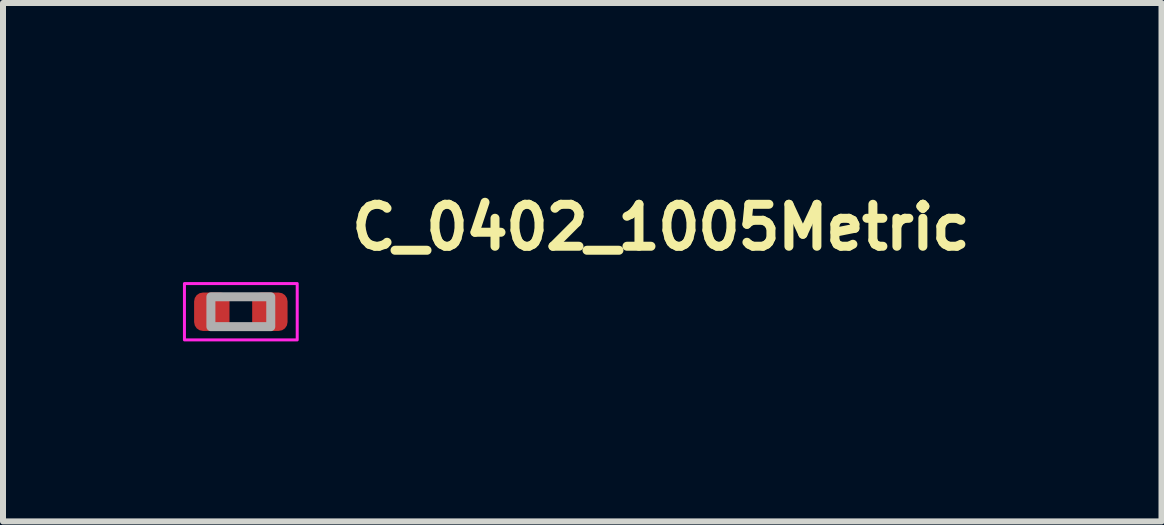
<source format=kicad_pcb>
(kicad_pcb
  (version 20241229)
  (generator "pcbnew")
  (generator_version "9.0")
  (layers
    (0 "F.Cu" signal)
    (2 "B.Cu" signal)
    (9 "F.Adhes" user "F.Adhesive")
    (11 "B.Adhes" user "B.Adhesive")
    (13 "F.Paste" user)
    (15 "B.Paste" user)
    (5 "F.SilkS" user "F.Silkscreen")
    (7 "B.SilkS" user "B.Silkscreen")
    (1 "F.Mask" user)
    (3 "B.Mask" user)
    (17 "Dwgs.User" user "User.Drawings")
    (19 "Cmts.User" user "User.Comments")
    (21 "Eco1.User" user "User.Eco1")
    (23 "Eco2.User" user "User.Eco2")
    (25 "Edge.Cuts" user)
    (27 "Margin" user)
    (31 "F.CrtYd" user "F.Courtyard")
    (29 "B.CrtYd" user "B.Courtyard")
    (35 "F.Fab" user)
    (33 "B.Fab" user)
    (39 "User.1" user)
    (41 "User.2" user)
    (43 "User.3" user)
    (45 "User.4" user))
  (footprint "C_0402_1005Metric"
    (layer "F.Cu")
    (at 0.965 2.147)
    (property "Reference" "C_0402_1005Metric" (at 1.772 -0.998 180) (layer "F.SilkS") (effects (font (size 0.7 0.7) (thickness 0.15)) (justify left bottom)))
    (attr smd)
    (fp_rect (start 0.94 0.47) (end -0.94 -0.47) (stroke (width 0.05) (type solid)) (fill no) (layer "F.CrtYd"))
    (fp_rect (start 0.499 0.249) (end -0.499 -0.249) (stroke (width 0.15) (type solid)) (fill no) (layer "F.Fab"))
    (fp_line (start -0.499 -0.244) (end -0.498 -0.244) (stroke (width 0.1) (type solid)) (layer "User.5"))
    (fp_line (start -0.499 -0.243) (end -0.499 -0.244) (stroke (width 0.1) (type solid)) (layer "User.5"))
    (fp_line (start -0.499 -0.243) (end -0.499 -0.243) (stroke (width 0.1) (type solid)) (layer "User.5"))
    (fp_line (start -0.499 -0.242) (end -0.499 -0.243) (stroke (width 0.1) (type solid)) (layer "User.5"))
    (fp_line (start -0.499 -0.242) (end -0.499 -0.242) (stroke (width 0.1) (type solid)) (layer "User.5"))
    (fp_line (start -0.499 -0.242) (end -0.499 -0.242) (stroke (width 0.1) (type solid)) (layer "User.5"))
    (fp_line (start -0.499 -0.241) (end -0.499 -0.242) (stroke (width 0.1) (type solid)) (layer "User.5"))
    (fp_line (start -0.499 -0.241) (end -0.499 -0.241) (stroke (width 0.1) (type solid)) (layer "User.5"))
    (fp_line (start -0.499 -0.24) (end -0.499 -0.241) (stroke (width 0.1) (type solid)) (layer "User.5"))
    (fp_line (start -0.499 -0.239) (end -0.499 -0.24) (stroke (width 0.1) (type solid)) (layer "User.5"))
    (fp_line (start -0.499 -0.239) (end -0.499 -0.239) (stroke (width 0.1) (type solid)) (layer "User.5"))
    (fp_line (start -0.499 -0.239) (end -0.499 -0.239) (stroke (width 0.1) (type solid)) (layer "User.5"))
    (fp_line (start -0.499 -0.239) (end -0.499 -0.239) (stroke (width 0.1) (type solid)) (layer "User.5"))
    (fp_line (start -0.499 -0.239) (end -0.499 0.24) (stroke (width 0.1) (type solid)) (layer "User.5"))
    (fp_line (start -0.499 0.24) (end -0.499 0.24) (stroke (width 0.1) (type solid)) (layer "User.5"))
    (fp_line (start -0.499 0.24) (end -0.499 0.24) (stroke (width 0.1) (type solid)) (layer "User.5"))
    (fp_line (start -0.499 0.24) (end -0.499 0.24) (stroke (width 0.1) (type solid)) (layer "User.5"))
    (fp_line (start -0.499 0.24) (end -0.499 0.24) (stroke (width 0.1) (type solid)) (layer "User.5"))
    (fp_line (start -0.499 0.24) (end -0.499 0.24) (stroke (width 0.1) (type solid)) (layer "User.5"))
    (fp_line (start -0.499 0.241) (end -0.499 0.24) (stroke (width 0.1) (type solid)) (layer "User.5"))
    (fp_line (start -0.499 0.241) (end -0.499 0.241) (stroke (width 0.1) (type solid)) (layer "User.5"))
    (fp_line (start -0.499 0.241) (end -0.499 0.241) (stroke (width 0.1) (type solid)) (layer "User.5"))
    (fp_line (start -0.499 0.242) (end -0.499 0.241) (stroke (width 0.1) (type solid)) (layer "User.5"))
    (fp_line (start -0.499 0.242) (end -0.499 0.242) (stroke (width 0.1) (type solid)) (layer "User.5"))
    (fp_line (start -0.499 0.243) (end -0.499 0.242) (stroke (width 0.1) (type solid)) (layer "User.5"))
    (fp_line (start -0.498 -0.245) (end -0.498 -0.245) (stroke (width 0.1) (type solid)) (layer "User.5"))
    (fp_line (start -0.498 -0.245) (end -0.498 -0.245) (stroke (width 0.1) (type solid)) (layer "User.5"))
    (fp_line (start -0.498 -0.245) (end -0.497 -0.246) (stroke (width 0.1) (type solid)) (layer "User.5"))
    (fp_line (start -0.498 -0.244) (end -0.498 -0.245) (stroke (width 0.1) (type solid)) (layer "User.5"))
    (fp_line (start -0.498 0.243) (end -0.499 0.243) (stroke (width 0.1) (type solid)) (layer "User.5"))
    (fp_line (start -0.498 0.244) (end -0.498 0.243) (stroke (width 0.1) (type solid)) (layer "User.5"))
    (fp_line (start -0.498 0.244) (end -0.498 0.244) (stroke (width 0.1) (type solid)) (layer "User.5"))
    (fp_line (start -0.498 0.244) (end -0.498 0.244) (stroke (width 0.1) (type solid)) (layer "User.5"))
    (fp_line (start -0.497 -0.247) (end -0.496 -0.247) (stroke (width 0.1) (type solid)) (layer "User.5"))
    (fp_line (start -0.497 -0.246) (end -0.497 -0.247) (stroke (width 0.1) (type solid)) (layer "User.5"))
    (fp_line (start -0.497 -0.246) (end -0.497 -0.246) (stroke (width 0.1) (type solid)) (layer "User.5"))
    (fp_line (start -0.497 0.245) (end -0.498 0.244) (stroke (width 0.1) (type solid)) (layer "User.5"))
    (fp_line (start -0.497 0.245) (end -0.497 0.245) (stroke (width 0.1) (type solid)) (layer "User.5"))
    (fp_line (start -0.497 0.246) (end -0.497 0.245) (stroke (width 0.1) (type solid)) (layer "User.5"))
    (fp_line (start -0.496 -0.247) (end -0.496 -0.247) (stroke (width 0.1) (type solid)) (layer "User.5"))
    (fp_line (start -0.496 -0.247) (end -0.495 -0.248) (stroke (width 0.1) (type solid)) (layer "User.5"))
    (fp_line (start -0.496 0.246) (end -0.497 0.246) (stroke (width 0.1) (type solid)) (layer "User.5"))
    (fp_line (start -0.496 0.246) (end -0.496 0.246) (stroke (width 0.1) (type solid)) (layer "User.5"))
    (fp_line (start -0.495 -0.248) (end -0.495 -0.248) (stroke (width 0.1) (type solid)) (layer "User.5"))
    (fp_line (start -0.495 -0.248) (end -0.495 -0.248) (stroke (width 0.1) (type solid)) (layer "User.5"))
    (fp_line (start -0.495 -0.248) (end -0.494 -0.248) (stroke (width 0.1) (type solid)) (layer "User.5"))
    (fp_line (start -0.495 0.247) (end -0.496 0.246) (stroke (width 0.1) (type solid)) (layer "User.5"))
    (fp_line (start -0.495 0.247) (end -0.495 0.247) (stroke (width 0.1) (type solid)) (layer "User.5"))
    (fp_line (start -0.495 0.247) (end -0.495 0.247) (stroke (width 0.1) (type solid)) (layer "User.5"))
    (fp_line (start -0.494 -0.249) (end -0.493 -0.249) (stroke (width 0.1) (type solid)) (layer "User.5"))
    (fp_line (start -0.494 -0.248) (end -0.494 -0.249) (stroke (width 0.1) (type solid)) (layer "User.5"))
    (fp_line (start -0.494 0.247) (end -0.495 0.247) (stroke (width 0.1) (type solid)) (layer "User.5"))
    (fp_line (start -0.494 0.248) (end -0.494 0.247) (stroke (width 0.1) (type solid)) (layer "User.5"))
    (fp_line (start -0.493 -0.249) (end -0.493 -0.249) (stroke (width 0.1) (type solid)) (layer "User.5"))
    (fp_line (start -0.493 -0.249) (end -0.492 -0.249) (stroke (width 0.1) (type solid)) (layer "User.5"))
    (fp_line (start -0.493 0.248) (end -0.494 0.248) (stroke (width 0.1) (type solid)) (layer "User.5"))
    (fp_line (start -0.493 0.248) (end -0.493 0.248) (stroke (width 0.1) (type solid)) (layer "User.5"))
    (fp_line (start -0.492 -0.249) (end -0.492 -0.249) (stroke (width 0.1) (type solid)) (layer "User.5"))
    (fp_line (start -0.492 -0.249) (end -0.492 -0.249) (stroke (width 0.1) (type solid)) (layer "User.5"))
    (fp_line (start -0.492 -0.249) (end -0.491 -0.249) (stroke (width 0.1) (type solid)) (layer "User.5"))
    (fp_line (start -0.492 0.248) (end -0.493 0.248) (stroke (width 0.1) (type solid)) (layer "User.5"))
    (fp_line (start -0.492 0.248) (end -0.492 0.248) (stroke (width 0.1) (type solid)) (layer "User.5"))
    (fp_line (start -0.492 0.248) (end -0.492 0.248) (stroke (width 0.1) (type solid)) (layer "User.5"))
    (fp_line (start -0.491 -0.249) (end -0.491 -0.249) (stroke (width 0.1) (type solid)) (layer "User.5"))
    (fp_line (start -0.491 0.248) (end -0.492 0.248) (stroke (width 0.1) (type solid)) (layer "User.5"))
    (fp_line (start -0.491 0.248) (end -0.491 0.248) (stroke (width 0.1) (type solid)) (layer "User.5"))
    (fp_line (start -0.49 0.248) (end -0.491 0.248) (stroke (width 0.1) (type solid)) (layer "User.5"))
    (fp_line (start -0.489 0.248) (end -0.299 0.248) (stroke (width 0.1) (type solid)) (layer "User.5"))
    (fp_line (start -0.299 -0.249) (end -0.489 -0.249) (stroke (width 0.1) (type solid)) (layer "User.5"))
    (fp_line (start -0.299 -0.239) (end -0.299 -0.249) (stroke (width 0.1) (type solid)) (layer "User.5"))
    (fp_line (start -0.299 0.24) (end -0.299 -0.239) (stroke (width 0.1) (type solid)) (layer "User.5"))
    (fp_line (start -0.299 0.248) (end -0.299 0.24) (stroke (width 0.1) (type solid)) (layer "User.5"))
    (fp_line (start 0.298 -0.249) (end 0.488 -0.249) (stroke (width 0.1) (type solid)) (layer "User.5"))
    (fp_line (start 0.298 -0.239) (end -0.299 -0.239) (stroke (width 0.1) (type solid)) (layer "User.5"))
    (fp_line (start 0.298 -0.239) (end 0.298 -0.249) (stroke (width 0.1) (type solid)) (layer "User.5"))
    (fp_line (start 0.298 0.24) (end -0.299 0.24) (stroke (width 0.1) (type solid)) (layer "User.5"))
    (fp_line (start 0.298 0.24) (end 0.298 -0.239) (stroke (width 0.1) (type solid)) (layer "User.5"))
    (fp_line (start 0.298 0.248) (end 0.298 0.24) (stroke (width 0.1) (type solid)) (layer "User.5"))
    (fp_line (start 0.488 0.248) (end 0.298 0.248) (stroke (width 0.1) (type solid)) (layer "User.5"))
    (fp_line (start 0.49 -0.249) (end 0.491 -0.249) (stroke (width 0.1) (type solid)) (layer "User.5"))
    (fp_line (start 0.491 -0.249) (end 0.491 -0.249) (stroke (width 0.1) (type solid)) (layer "User.5"))
    (fp_line (start 0.491 -0.249) (end 0.491 -0.249) (stroke (width 0.1) (type solid)) (layer "User.5"))
    (fp_line (start 0.491 -0.249) (end 0.492 -0.249) (stroke (width 0.1) (type solid)) (layer "User.5"))
    (fp_line (start 0.491 0.248) (end 0.49 0.248) (stroke (width 0.1) (type solid)) (layer "User.5"))
    (fp_line (start 0.491 0.248) (end 0.491 0.248) (stroke (width 0.1) (type solid)) (layer "User.5"))
    (fp_line (start 0.491 0.248) (end 0.491 0.248) (stroke (width 0.1) (type solid)) (layer "User.5"))
    (fp_line (start 0.492 -0.249) (end 0.492 -0.249) (stroke (width 0.1) (type solid)) (layer "User.5"))
    (fp_line (start 0.492 -0.249) (end 0.493 -0.249) (stroke (width 0.1) (type solid)) (layer "User.5"))
    (fp_line (start 0.492 0.248) (end 0.491 0.248) (stroke (width 0.1) (type solid)) (layer "User.5"))
    (fp_line (start 0.492 0.248) (end 0.492 0.248) (stroke (width 0.1) (type solid)) (layer "User.5"))
    (fp_line (start 0.493 -0.249) (end 0.493 -0.248) (stroke (width 0.1) (type solid)) (layer "User.5"))
    (fp_line (start 0.493 -0.248) (end 0.494 -0.248) (stroke (width 0.1) (type solid)) (layer "User.5"))
    (fp_line (start 0.493 0.247) (end 0.493 0.248) (stroke (width 0.1) (type solid)) (layer "User.5"))
    (fp_line (start 0.493 0.248) (end 0.492 0.248) (stroke (width 0.1) (type solid)) (layer "User.5"))
    (fp_line (start 0.494 -0.248) (end 0.494 -0.248) (stroke (width 0.1) (type solid)) (layer "User.5"))
    (fp_line (start 0.494 -0.248) (end 0.494 -0.248) (stroke (width 0.1) (type solid)) (layer "User.5"))
    (fp_line (start 0.494 -0.248) (end 0.495 -0.247) (stroke (width 0.1) (type solid)) (layer "User.5"))
    (fp_line (start 0.494 0.247) (end 0.493 0.247) (stroke (width 0.1) (type solid)) (layer "User.5"))
    (fp_line (start 0.494 0.247) (end 0.494 0.247) (stroke (width 0.1) (type solid)) (layer "User.5"))
    (fp_line (start 0.494 0.247) (end 0.494 0.247) (stroke (width 0.1) (type solid)) (layer "User.5"))
    (fp_line (start 0.495 -0.247) (end 0.495 -0.247) (stroke (width 0.1) (type solid)) (layer "User.5"))
    (fp_line (start 0.495 -0.247) (end 0.496 -0.247) (stroke (width 0.1) (type solid)) (layer "User.5"))
    (fp_line (start 0.495 0.246) (end 0.494 0.247) (stroke (width 0.1) (type solid)) (layer "User.5"))
    (fp_line (start 0.495 0.246) (end 0.495 0.246) (stroke (width 0.1) (type solid)) (layer "User.5"))
    (fp_line (start 0.496 -0.247) (end 0.496 -0.246) (stroke (width 0.1) (type solid)) (layer "User.5"))
    (fp_line (start 0.496 -0.246) (end 0.496 -0.246) (stroke (width 0.1) (type solid)) (layer "User.5"))
    (fp_line (start 0.496 -0.246) (end 0.497 -0.245) (stroke (width 0.1) (type solid)) (layer "User.5"))
    (fp_line (start 0.496 0.245) (end 0.496 0.245) (stroke (width 0.1) (type solid)) (layer "User.5"))
    (fp_line (start 0.496 0.245) (end 0.496 0.246) (stroke (width 0.1) (type solid)) (layer "User.5"))
    (fp_line (start 0.496 0.246) (end 0.495 0.246) (stroke (width 0.1) (type solid)) (layer "User.5"))
    (fp_line (start 0.497 -0.245) (end 0.497 -0.245) (stroke (width 0.1) (type solid)) (layer "User.5"))
    (fp_line (start 0.497 -0.245) (end 0.497 -0.245) (stroke (width 0.1) (type solid)) (layer "User.5"))
    (fp_line (start 0.497 -0.245) (end 0.497 -0.244) (stroke (width 0.1) (type solid)) (layer "User.5"))
    (fp_line (start 0.497 -0.244) (end 0.498 -0.244) (stroke (width 0.1) (type solid)) (layer "User.5"))
    (fp_line (start 0.497 0.243) (end 0.497 0.244) (stroke (width 0.1) (type solid)) (layer "User.5"))
    (fp_line (start 0.497 0.244) (end 0.496 0.245) (stroke (width 0.1) (type solid)) (layer "User.5"))
    (fp_line (start 0.497 0.244) (end 0.497 0.244) (stroke (width 0.1) (type solid)) (layer "User.5"))
    (fp_line (start 0.497 0.244) (end 0.497 0.244) (stroke (width 0.1) (type solid)) (layer "User.5"))
    (fp_line (start 0.498 -0.244) (end 0.498 -0.243) (stroke (width 0.1) (type solid)) (layer "User.5"))
    (fp_line (start 0.498 -0.243) (end 0.498 -0.243) (stroke (width 0.1) (type solid)) (layer "User.5"))
    (fp_line (start 0.498 -0.243) (end 0.498 -0.242) (stroke (width 0.1) (type solid)) (layer "User.5"))
    (fp_line (start 0.498 -0.242) (end 0.498 -0.242) (stroke (width 0.1) (type solid)) (layer "User.5"))
    (fp_line (start 0.498 -0.242) (end 0.498 -0.242) (stroke (width 0.1) (type solid)) (layer "User.5"))
    (fp_line (start 0.498 -0.242) (end 0.498 -0.241) (stroke (width 0.1) (type solid)) (layer "User.5"))
    (fp_line (start 0.498 -0.241) (end 0.498 -0.241) (stroke (width 0.1) (type solid)) (layer "User.5"))
    (fp_line (start 0.498 -0.241) (end 0.498 -0.24) (stroke (width 0.1) (type solid)) (layer "User.5"))
    (fp_line (start 0.498 -0.239) (end 0.498 0.24) (stroke (width 0.1) (type solid)) (layer "User.5"))
    (fp_line (start 0.498 0.24) (end 0.498 0.24) (stroke (width 0.1) (type solid)) (layer "User.5"))
    (fp_line (start 0.498 0.24) (end 0.498 0.241) (stroke (width 0.1) (type solid)) (layer "User.5"))
    (fp_line (start 0.498 0.241) (end 0.498 0.241) (stroke (width 0.1) (type solid)) (layer "User.5"))
    (fp_line (start 0.498 0.241) (end 0.498 0.241) (stroke (width 0.1) (type solid)) (layer "User.5"))
    (fp_line (start 0.498 0.241) (end 0.498 0.242) (stroke (width 0.1) (type solid)) (layer "User.5"))
    (fp_line (start 0.498 0.242) (end 0.498 0.242) (stroke (width 0.1) (type solid)) (layer "User.5"))
    (fp_line (start 0.498 0.242) (end 0.498 0.243) (stroke (width 0.1) (type solid)) (layer "User.5"))
    (fp_line (start 0.498 0.243) (end 0.497 0.243) (stroke (width 0.1) (type solid)) (layer "User.5"))
    (fp_rect (start 0.498 0.248) (end -0.499 -0.249) (stroke (width 0.1) (type solid)) (fill no) (layer "User.5"))
    (fp_line (start -0.499 -0.244) (end -0.498 -0.244) (stroke (width 0.02) (type solid)) (layer "User.9"))
    (fp_line (start -0.499 -0.243) (end -0.499 -0.244) (stroke (width 0.02) (type solid)) (layer "User.9"))
    (fp_line (start -0.499 -0.243) (end -0.499 -0.243) (stroke (width 0.02) (type solid)) (layer "User.9"))
    (fp_line (start -0.499 -0.242) (end -0.499 -0.243) (stroke (width 0.02) (type solid)) (layer "User.9"))
    (fp_line (start -0.499 -0.242) (end -0.499 -0.242) (stroke (width 0.02) (type solid)) (layer "User.9"))
    (fp_line (start -0.499 -0.242) (end -0.499 -0.242) (stroke (width 0.02) (type solid)) (layer "User.9"))
    (fp_line (start -0.499 -0.241) (end -0.499 -0.242) (stroke (width 0.02) (type solid)) (layer "User.9"))
    (fp_line (start -0.499 -0.241) (end -0.499 -0.241) (stroke (width 0.02) (type solid)) (layer "User.9"))
    (fp_line (start -0.499 -0.24) (end -0.499 -0.241) (stroke (width 0.02) (type solid)) (layer "User.9"))
    (fp_line (start -0.499 -0.239) (end -0.499 -0.24) (stroke (width 0.02) (type solid)) (layer "User.9"))
    (fp_line (start -0.499 -0.239) (end -0.499 -0.239) (stroke (width 0.02) (type solid)) (layer "User.9"))
    (fp_line (start -0.499 -0.239) (end -0.499 -0.239) (stroke (width 0.02) (type solid)) (layer "User.9"))
    (fp_line (start -0.499 -0.239) (end -0.499 -0.239) (stroke (width 0.02) (type solid)) (layer "User.9"))
    (fp_line (start -0.499 -0.239) (end -0.499 -0.239) (stroke (width 0.02) (type solid)) (layer "User.9"))
    (fp_line (start -0.499 -0.239) (end -0.499 -0.239) (stroke (width 0.02) (type solid)) (layer "User.9"))
    (fp_line (start -0.499 -0.239) (end -0.499 -0.239) (stroke (width 0.02) (type solid)) (layer "User.9"))
    (fp_line (start -0.499 -0.239) (end -0.499 -0.239) (stroke (width 0.02) (type solid)) (layer "User.9"))
    (fp_line (start -0.499 -0.239) (end -0.499 0.24) (stroke (width 0.02) (type solid)) (layer "User.9"))
    (fp_line (start -0.499 -0.238) (end -0.499 -0.239) (stroke (width 0.02) (type solid)) (layer "User.9"))
    (fp_line (start -0.499 -0.238) (end -0.499 -0.238) (stroke (width 0.02) (type solid)) (layer "User.9"))
    (fp_line (start -0.499 -0.237) (end -0.499 -0.238) (stroke (width 0.02) (type solid)) (layer "User.9"))
    (fp_line (start -0.499 0.236) (end -0.498 0.236) (stroke (width 0.02) (type solid)) (layer "User.9"))
    (fp_line (start -0.499 0.237) (end -0.499 0.236) (stroke (width 0.02) (type solid)) (layer "User.9"))
    (fp_line (start -0.499 0.237) (end -0.499 0.237) (stroke (width 0.02) (type solid)) (layer "User.9"))
    (fp_line (start -0.499 0.238) (end -0.499 0.237) (stroke (width 0.02) (type solid)) (layer "User.9"))
    (fp_line (start -0.499 0.238) (end -0.499 0.238) (stroke (width 0.02) (type solid)) (layer "User.9"))
    (fp_line (start -0.499 0.238) (end -0.499 0.238) (stroke (width 0.02) (type solid)) (layer "User.9"))
    (fp_line (start -0.499 0.239) (end -0.499 0.238) (stroke (width 0.02) (type solid)) (layer "User.9"))
    (fp_line (start -0.499 0.239) (end -0.499 0.239) (stroke (width 0.02) (type solid)) (layer "User.9"))
    (fp_line (start -0.499 0.24) (end -0.499 0.239) (stroke (width 0.02) (type solid)) (layer "User.9"))
    (fp_line (start -0.499 0.24) (end -0.499 0.24) (stroke (width 0.02) (type solid)) (layer "User.9"))
    (fp_line (start -0.499 0.24) (end -0.499 0.24) (stroke (width 0.02) (type solid)) (layer "User.9"))
    (fp_line (start -0.499 0.24) (end -0.499 0.24) (stroke (width 0.02) (type solid)) (layer "User.9"))
    (fp_line (start -0.499 0.24) (end -0.499 0.24) (stroke (width 0.02) (type solid)) (layer "User.9"))
    (fp_line (start -0.499 0.24) (end -0.499 0.24) (stroke (width 0.02) (type solid)) (layer "User.9"))
    (fp_line (start -0.499 0.241) (end -0.499 0.24) (stroke (width 0.02) (type solid)) (layer "User.9"))
    (fp_line (start -0.499 0.241) (end -0.499 0.241) (stroke (width 0.02) (type solid)) (layer "User.9"))
    (fp_line (start -0.499 0.241) (end -0.499 0.241) (stroke (width 0.02) (type solid)) (layer "User.9"))
    (fp_line (start -0.499 0.242) (end -0.499 0.241) (stroke (width 0.02) (type solid)) (layer "User.9"))
    (fp_line (start -0.499 0.242) (end -0.499 0.242) (stroke (width 0.02) (type solid)) (layer "User.9"))
    (fp_line (start -0.499 0.243) (end -0.499 0.242) (stroke (width 0.02) (type solid)) (layer "User.9"))
    (fp_line (start -0.498 -0.245) (end -0.498 -0.245) (stroke (width 0.02) (type solid)) (layer "User.9"))
    (fp_line (start -0.498 -0.245) (end -0.498 -0.245) (stroke (width 0.02) (type solid)) (layer "User.9"))
    (fp_line (start -0.498 -0.245) (end -0.497 -0.246) (stroke (width 0.02) (type solid)) (layer "User.9"))
    (fp_line (start -0.498 -0.244) (end -0.498 -0.245) (stroke (width 0.02) (type solid)) (layer "User.9"))
    (fp_line (start -0.498 -0.237) (end -0.499 -0.237) (stroke (width 0.02) (type solid)) (layer "User.9"))
    (fp_line (start -0.498 -0.236) (end -0.498 -0.237) (stroke (width 0.02) (type solid)) (layer "User.9"))
    (fp_line (start -0.498 -0.236) (end -0.498 -0.236) (stroke (width 0.02) (type solid)) (layer "User.9"))
    (fp_line (start -0.498 -0.236) (end -0.498 -0.236) (stroke (width 0.02) (type solid)) (layer "User.9"))
    (fp_line (start -0.498 0.235) (end -0.498 0.235) (stroke (width 0.02) (type solid)) (layer "User.9"))
    (fp_line (start -0.498 0.235) (end -0.498 0.235) (stroke (width 0.02) (type solid)) (layer "User.9"))
    (fp_line (start -0.498 0.235) (end -0.497 0.234) (stroke (width 0.02) (type solid)) (layer "User.9"))
    (fp_line (start -0.498 0.236) (end -0.498 0.235) (stroke (width 0.02) (type solid)) (layer "User.9"))
    (fp_line (start -0.498 0.243) (end -0.499 0.243) (stroke (width 0.02) (type solid)) (layer "User.9"))
    (fp_line (start -0.498 0.244) (end -0.498 0.243) (stroke (width 0.02) (type solid)) (layer "User.9"))
    (fp_line (start -0.498 0.244) (end -0.498 0.244) (stroke (width 0.02) (type solid)) (layer "User.9"))
    (fp_line (start -0.498 0.244) (end -0.498 0.244) (stroke (width 0.02) (type solid)) (layer "User.9"))
    (fp_line (start -0.497 -0.247) (end -0.496 -0.247) (stroke (width 0.02) (type solid)) (layer "User.9"))
    (fp_line (start -0.497 -0.246) (end -0.497 -0.247) (stroke (width 0.02) (type solid)) (layer "User.9"))
    (fp_line (start -0.497 -0.246) (end -0.497 -0.246) (stroke (width 0.02) (type solid)) (layer "User.9"))
    (fp_line (start -0.497 -0.235) (end -0.498 -0.236) (stroke (width 0.02) (type solid)) (layer "User.9"))
    (fp_line (start -0.497 -0.235) (end -0.497 -0.235) (stroke (width 0.02) (type solid)) (layer "User.9"))
    (fp_line (start -0.497 -0.234) (end -0.497 -0.235) (stroke (width 0.02) (type solid)) (layer "User.9"))
    (fp_line (start -0.497 0.233) (end -0.496 0.233) (stroke (width 0.02) (type solid)) (layer "User.9"))
    (fp_line (start -0.497 0.234) (end -0.497 0.233) (stroke (width 0.02) (type solid)) (layer "User.9"))
    (fp_line (start -0.497 0.234) (end -0.497 0.234) (stroke (width 0.02) (type solid)) (layer "User.9"))
    (fp_line (start -0.497 0.245) (end -0.498 0.244) (stroke (width 0.02) (type solid)) (layer "User.9"))
    (fp_line (start -0.497 0.245) (end -0.497 0.245) (stroke (width 0.02) (type solid)) (layer "User.9"))
    (fp_line (start -0.497 0.246) (end -0.497 0.245) (stroke (width 0.02) (type solid)) (layer "User.9"))
    (fp_line (start -0.496 -0.247) (end -0.496 -0.247) (stroke (width 0.02) (type solid)) (layer "User.9"))
    (fp_line (start -0.496 -0.247) (end -0.495 -0.248) (stroke (width 0.02) (type solid)) (layer "User.9"))
    (fp_line (start -0.496 -0.234) (end -0.497 -0.234) (stroke (width 0.02) (type solid)) (layer "User.9"))
    (fp_line (start -0.496 -0.234) (end -0.496 -0.234) (stroke (width 0.02) (type solid)) (layer "User.9"))
    (fp_line (start -0.496 0.233) (end -0.496 0.233) (stroke (width 0.02) (type solid)) (layer "User.9"))
    (fp_line (start -0.496 0.233) (end -0.495 0.232) (stroke (width 0.02) (type solid)) (layer "User.9"))
    (fp_line (start -0.496 0.246) (end -0.497 0.246) (stroke (width 0.02) (type solid)) (layer "User.9"))
    (fp_line (start -0.496 0.246) (end -0.496 0.246) (stroke (width 0.02) (type solid)) (layer "User.9"))
    (fp_line (start -0.495 -0.248) (end -0.495 -0.248) (stroke (width 0.02) (type solid)) (layer "User.9"))
    (fp_line (start -0.495 -0.248) (end -0.495 -0.248) (stroke (width 0.02) (type solid)) (layer "User.9"))
    (fp_line (start -0.495 -0.248) (end -0.494 -0.248) (stroke (width 0.02) (type solid)) (layer "User.9"))
    (fp_line (start -0.495 -0.233) (end -0.496 -0.234) (stroke (width 0.02) (type solid)) (layer "User.9"))
    (fp_line (start -0.495 -0.233) (end -0.495 -0.233) (stroke (width 0.02) (type solid)) (layer "User.9"))
    (fp_line (start -0.495 -0.233) (end -0.495 -0.233) (stroke (width 0.02) (type solid)) (layer "User.9"))
    (fp_line (start -0.495 0.232) (end -0.495 0.232) (stroke (width 0.02) (type solid)) (layer "User.9"))
    (fp_line (start -0.495 0.232) (end -0.495 0.232) (stroke (width 0.02) (type solid)) (layer "User.9"))
    (fp_line (start -0.495 0.232) (end -0.494 0.232) (stroke (width 0.02) (type solid)) (layer "User.9"))
    (fp_line (start -0.495 0.247) (end -0.496 0.246) (stroke (width 0.02) (type solid)) (layer "User.9"))
    (fp_line (start -0.495 0.247) (end -0.495 0.247) (stroke (width 0.02) (type solid)) (layer "User.9"))
    (fp_line (start -0.495 0.247) (end -0.495 0.247) (stroke (width 0.02) (type solid)) (layer "User.9"))
    (fp_line (start -0.494 -0.249) (end -0.493 -0.249) (stroke (width 0.02) (type solid)) (layer "User.9"))
    (fp_line (start -0.494 -0.248) (end -0.494 -0.249) (stroke (width 0.02) (type solid)) (layer "User.9"))
    (fp_line (start -0.494 -0.233) (end -0.495 -0.233) (stroke (width 0.02) (type solid)) (layer "User.9"))
    (fp_line (start -0.494 -0.232) (end -0.494 -0.233) (stroke (width 0.02) (type solid)) (layer "User.9"))
    (fp_line (start -0.494 0.231) (end -0.493 0.231) (stroke (width 0.02) (type solid)) (layer "User.9"))
    (fp_line (start -0.494 0.232) (end -0.494 0.231) (stroke (width 0.02) (type solid)) (layer "User.9"))
    (fp_line (start -0.494 0.247) (end -0.495 0.247) (stroke (width 0.02) (type solid)) (layer "User.9"))
    (fp_line (start -0.494 0.248) (end -0.494 0.247) (stroke (width 0.02) (type solid)) (layer "User.9"))
    (fp_line (start -0.493 -0.249) (end -0.493 -0.249) (stroke (width 0.02) (type solid)) (layer "User.9"))
    (fp_line (start -0.493 -0.249) (end -0.492 -0.249) (stroke (width 0.02) (type solid)) (layer "User.9"))
    (fp_line (start -0.493 -0.232) (end -0.494 -0.232) (stroke (width 0.02) (type solid)) (layer "User.9"))
    (fp_line (start -0.493 -0.232) (end -0.493 -0.232) (stroke (width 0.02) (type solid)) (layer "User.9"))
    (fp_line (start -0.493 0.231) (end -0.493 0.231) (stroke (width 0.02) (type solid)) (layer "User.9"))
    (fp_line (start -0.493 0.231) (end -0.492 0.231) (stroke (width 0.02) (type solid)) (layer "User.9"))
    (fp_line (start -0.493 0.248) (end -0.494 0.248) (stroke (width 0.02) (type solid)) (layer "User.9"))
    (fp_line (start -0.493 0.248) (end -0.493 0.248) (stroke (width 0.02) (type solid)) (layer "User.9"))
    (fp_line (start -0.492 -0.249) (end -0.492 -0.249) (stroke (width 0.02) (type solid)) (layer "User.9"))
    (fp_line (start -0.492 -0.249) (end -0.492 -0.249) (stroke (width 0.02) (type solid)) (layer "User.9"))
    (fp_line (start -0.492 -0.249) (end -0.491 -0.249) (stroke (width 0.02) (type solid)) (layer "User.9"))
    (fp_line (start -0.492 -0.232) (end -0.493 -0.232) (stroke (width 0.02) (type solid)) (layer "User.9"))
    (fp_line (start -0.492 -0.232) (end -0.492 -0.232) (stroke (width 0.02) (type solid)) (layer "User.9"))
    (fp_line (start -0.492 -0.232) (end -0.492 -0.232) (stroke (width 0.02) (type solid)) (layer "User.9"))
    (fp_line (start -0.492 0.231) (end -0.492 0.231) (stroke (width 0.02) (type solid)) (layer "User.9"))
    (fp_line (start -0.492 0.231) (end -0.492 0.231) (stroke (width 0.02) (type solid)) (layer "User.9"))
    (fp_line (start -0.492 0.231) (end -0.491 0.231) (stroke (width 0.02) (type solid)) (layer "User.9"))
    (fp_line (start -0.492 0.248) (end -0.493 0.248) (stroke (width 0.02) (type solid)) (layer "User.9"))
    (fp_line (start -0.492 0.248) (end -0.492 0.248) (stroke (width 0.02) (type solid)) (layer "User.9"))
    (fp_line (start -0.492 0.248) (end -0.492 0.248) (stroke (width 0.02) (type solid)) (layer "User.9"))
    (fp_line (start -0.491 -0.249) (end -0.491 -0.249) (stroke (width 0.02) (type solid)) (layer "User.9"))
    (fp_line (start -0.491 -0.249) (end -0.49 -0.249) (stroke (width 0.02) (type solid)) (layer "User.9"))
    (fp_line (start -0.491 -0.232) (end -0.492 -0.232) (stroke (width 0.02) (type solid)) (layer "User.9"))
    (fp_line (start -0.491 -0.232) (end -0.491 -0.232) (stroke (width 0.02) (type solid)) (layer "User.9"))
    (fp_line (start -0.491 0.231) (end -0.491 0.231) (stroke (width 0.02) (type solid)) (layer "User.9"))
    (fp_line (start -0.491 0.231) (end -0.49 0.231) (stroke (width 0.02) (type solid)) (layer "User.9"))
    (fp_line (start -0.491 0.248) (end -0.492 0.248) (stroke (width 0.02) (type solid)) (layer "User.9"))
    (fp_line (start -0.491 0.248) (end -0.491 0.248) (stroke (width 0.02) (type solid)) (layer "User.9"))
    (fp_line (start -0.49 -0.249) (end -0.489 -0.249) (stroke (width 0.02) (type solid)) (layer "User.9"))
    (fp_line (start -0.49 -0.232) (end -0.491 -0.232) (stroke (width 0.02) (type solid)) (layer "User.9"))
    (fp_line (start -0.49 0.231) (end -0.489 0.231) (stroke (width 0.02) (type solid)) (layer "User.9"))
    (fp_line (start -0.49 0.248) (end -0.491 0.248) (stroke (width 0.02) (type solid)) (layer "User.9"))
    (fp_line (start -0.489 -0.249) (end -0.489 -0.249) (stroke (width 0.02) (type solid)) (layer "User.9"))
    (fp_line (start -0.489 -0.249) (end -0.489 -0.249) (stroke (width 0.02) (type solid)) (layer "User.9"))
    (fp_line (start -0.489 -0.249) (end -0.488 -0.249) (stroke (width 0.02) (type solid)) (layer "User.9"))
    (fp_line (start -0.489 -0.232) (end -0.49 -0.232) (stroke (width 0.02) (type solid)) (layer "User.9"))
    (fp_line (start -0.489 -0.232) (end -0.489 -0.232) (stroke (width 0.02) (type solid)) (layer "User.9"))
    (fp_line (start -0.489 -0.232) (end -0.489 -0.232) (stroke (width 0.02) (type solid)) (layer "User.9"))
    (fp_line (start -0.489 0.231) (end -0.489 0.231) (stroke (width 0.02) (type solid)) (layer "User.9"))
    (fp_line (start -0.489 0.231) (end -0.489 0.231) (stroke (width 0.02) (type solid)) (layer "User.9"))
    (fp_line (start -0.489 0.231) (end -0.488 0.231) (stroke (width 0.02) (type solid)) (layer "User.9"))
    (fp_line (start -0.489 0.248) (end -0.49 0.248) (stroke (width 0.02) (type solid)) (layer "User.9"))
    (fp_line (start -0.489 0.248) (end -0.489 0.248) (stroke (width 0.02) (type solid)) (layer "User.9"))
    (fp_line (start -0.489 0.248) (end -0.489 0.248) (stroke (width 0.02) (type solid)) (layer "User.9"))
    (fp_line (start -0.489 0.248) (end -0.299 0.248) (stroke (width 0.02) (type solid)) (layer "User.9"))
    (fp_line (start -0.488 -0.249) (end -0.488 -0.249) (stroke (width 0.02) (type solid)) (layer "User.9"))
    (fp_line (start -0.488 -0.249) (end -0.487 -0.249) (stroke (width 0.02) (type solid)) (layer "User.9"))
    (fp_line (start -0.488 -0.232) (end -0.489 -0.232) (stroke (width 0.02) (type solid)) (layer "User.9"))
    (fp_line (start -0.488 -0.232) (end -0.488 -0.232) (stroke (width 0.02) (type solid)) (layer "User.9"))
    (fp_line (start -0.488 0.231) (end -0.488 0.231) (stroke (width 0.02) (type solid)) (layer "User.9"))
    (fp_line (start -0.488 0.231) (end -0.487 0.231) (stroke (width 0.02) (type solid)) (layer "User.9"))
    (fp_line (start -0.488 0.248) (end -0.489 0.248) (stroke (width 0.02) (type solid)) (layer "User.9"))
    (fp_line (start -0.488 0.248) (end -0.488 0.248) (stroke (width 0.02) (type solid)) (layer "User.9"))
    (fp_line (start -0.487 -0.249) (end -0.487 -0.249) (stroke (width 0.02) (type solid)) (layer "User.9"))
    (fp_line (start -0.487 -0.249) (end -0.487 -0.249) (stroke (width 0.02) (type solid)) (layer "User.9"))
    (fp_line (start -0.487 -0.249) (end -0.486 -0.249) (stroke (width 0.02) (type solid)) (layer "User.9"))
    (fp_line (start -0.487 -0.232) (end -0.488 -0.232) (stroke (width 0.02) (type solid)) (layer "User.9"))
    (fp_line (start -0.487 -0.232) (end -0.487 -0.232) (stroke (width 0.02) (type solid)) (layer "User.9"))
    (fp_line (start -0.487 -0.232) (end -0.487 -0.232) (stroke (width 0.02) (type solid)) (layer "User.9"))
    (fp_line (start -0.487 0.231) (end -0.487 0.231) (stroke (width 0.02) (type solid)) (layer "User.9"))
    (fp_line (start -0.487 0.231) (end -0.487 0.231) (stroke (width 0.02) (type solid)) (layer "User.9"))
    (fp_line (start -0.487 0.231) (end -0.486 0.231) (stroke (width 0.02) (type solid)) (layer "User.9"))
    (fp_line (start -0.487 0.248) (end -0.488 0.248) (stroke (width 0.02) (type solid)) (layer "User.9"))
    (fp_line (start -0.487 0.248) (end -0.487 0.248) (stroke (width 0.02) (type solid)) (layer "User.9"))
    (fp_line (start -0.487 0.248) (end -0.487 0.248) (stroke (width 0.02) (type solid)) (layer "User.9"))
    (fp_line (start -0.486 -0.249) (end -0.486 -0.249) (stroke (width 0.02) (type solid)) (layer "User.9"))
    (fp_line (start -0.486 -0.249) (end -0.485 -0.249) (stroke (width 0.02) (type solid)) (layer "User.9"))
    (fp_line (start -0.486 -0.232) (end -0.487 -0.232) (stroke (width 0.02) (type solid)) (layer "User.9"))
    (fp_line (start -0.486 -0.232) (end -0.486 -0.232) (stroke (width 0.02) (type solid)) (layer "User.9"))
    (fp_line (start -0.486 0.231) (end -0.486 0.231) (stroke (width 0.02) (type solid)) (layer "User.9"))
    (fp_line (start -0.486 0.231) (end -0.485 0.231) (stroke (width 0.02) (type solid)) (layer "User.9"))
    (fp_line (start -0.486 0.248) (end -0.487 0.248) (stroke (width 0.02) (type solid)) (layer "User.9"))
    (fp_line (start -0.486 0.248) (end -0.486 0.248) (stroke (width 0.02) (type solid)) (layer "User.9"))
    (fp_line (start -0.485 -0.249) (end -0.485 -0.248) (stroke (width 0.02) (type solid)) (layer "User.9"))
    (fp_line (start -0.485 -0.248) (end -0.484 -0.248) (stroke (width 0.02) (type solid)) (layer "User.9"))
    (fp_line (start -0.485 -0.233) (end -0.485 -0.232) (stroke (width 0.02) (type solid)) (layer "User.9"))
    (fp_line (start -0.485 -0.232) (end -0.486 -0.232) (stroke (width 0.02) (type solid)) (layer "User.9"))
    (fp_line (start -0.485 0.231) (end -0.485 0.232) (stroke (width 0.02) (type solid)) (layer "User.9"))
    (fp_line (start -0.485 0.232) (end -0.484 0.232) (stroke (width 0.02) (type solid)) (layer "User.9"))
    (fp_line (start -0.485 0.247) (end -0.485 0.248) (stroke (width 0.02) (type solid)) (layer "User.9"))
    (fp_line (start -0.485 0.248) (end -0.486 0.248) (stroke (width 0.02) (type solid)) (layer "User.9"))
    (fp_line (start -0.484 -0.248) (end -0.484 -0.248) (stroke (width 0.02) (type solid)) (layer "User.9"))
    (fp_line (start -0.484 -0.248) (end -0.484 -0.248) (stroke (width 0.02) (type solid)) (layer "User.9"))
    (fp_line (start -0.484 -0.248) (end -0.483 -0.247) (stroke (width 0.02) (type solid)) (layer "User.9"))
    (fp_line (start -0.484 -0.233) (end -0.485 -0.233) (stroke (width 0.02) (type solid)) (layer "User.9"))
    (fp_line (start -0.484 -0.233) (end -0.484 -0.233) (stroke (width 0.02) (type solid)) (layer "User.9"))
    (fp_line (start -0.484 -0.233) (end -0.484 -0.233) (stroke (width 0.02) (type solid)) (layer "User.9"))
    (fp_line (start -0.484 0.232) (end -0.484 0.232) (stroke (width 0.02) (type solid)) (layer "User.9"))
    (fp_line (start -0.484 0.232) (end -0.484 0.232) (stroke (width 0.02) (type solid)) (layer "User.9"))
    (fp_line (start -0.484 0.232) (end -0.483 0.233) (stroke (width 0.02) (type solid)) (layer "User.9"))
    (fp_line (start -0.484 0.247) (end -0.485 0.247) (stroke (width 0.02) (type solid)) (layer "User.9"))
    (fp_line (start -0.484 0.247) (end -0.484 0.247) (stroke (width 0.02) (type solid)) (layer "User.9"))
    (fp_line (start -0.484 0.247) (end -0.484 0.247) (stroke (width 0.02) (type solid)) (layer "User.9"))
    (fp_line (start -0.483 -0.247) (end -0.483 -0.247) (stroke (width 0.02) (type solid)) (layer "User.9"))
    (fp_line (start -0.483 -0.247) (end -0.482 -0.247) (stroke (width 0.02) (type solid)) (layer "User.9"))
    (fp_line (start -0.483 -0.234) (end -0.484 -0.233) (stroke (width 0.02) (type solid)) (layer "User.9"))
    (fp_line (start -0.483 -0.234) (end -0.483 -0.234) (stroke (width 0.02) (type solid)) (layer "User.9"))
    (fp_line (start -0.483 0.233) (end -0.483 0.233) (stroke (width 0.02) (type solid)) (layer "User.9"))
    (fp_line (start -0.483 0.233) (end -0.482 0.233) (stroke (width 0.02) (type solid)) (layer "User.9"))
    (fp_line (start -0.483 0.246) (end -0.484 0.247) (stroke (width 0.02) (type solid)) (layer "User.9"))
    (fp_line (start -0.483 0.246) (end -0.483 0.246) (stroke (width 0.02) (type solid)) (layer "User.9"))
    (fp_line (start -0.482 -0.247) (end -0.482 -0.246) (stroke (width 0.02) (type solid)) (layer "User.9"))
    (fp_line (start -0.482 -0.246) (end -0.482 -0.246) (stroke (width 0.02) (type solid)) (layer "User.9"))
    (fp_line (start -0.482 -0.246) (end -0.481 -0.245) (stroke (width 0.02) (type solid)) (layer "User.9"))
    (fp_line (start -0.482 -0.235) (end -0.482 -0.235) (stroke (width 0.02) (type solid)) (layer "User.9"))
    (fp_line (start -0.482 -0.235) (end -0.482 -0.234) (stroke (width 0.02) (type solid)) (layer "User.9"))
    (fp_line (start -0.482 -0.234) (end -0.483 -0.234) (stroke (width 0.02) (type solid)) (layer "User.9"))
    (fp_line (start -0.482 0.233) (end -0.482 0.234) (stroke (width 0.02) (type solid)) (layer "User.9"))
    (fp_line (start -0.482 0.234) (end -0.482 0.234) (stroke (width 0.02) (type solid)) (layer "User.9"))
    (fp_line (start -0.482 0.234) (end -0.481 0.235) (stroke (width 0.02) (type solid)) (layer "User.9"))
    (fp_line (start -0.482 0.245) (end -0.482 0.245) (stroke (width 0.02) (type solid)) (layer "User.9"))
    (fp_line (start -0.482 0.245) (end -0.482 0.246) (stroke (width 0.02) (type solid)) (layer "User.9"))
    (fp_line (start -0.482 0.246) (end -0.483 0.246) (stroke (width 0.02) (type solid)) (layer "User.9"))
    (fp_line (start -0.481 -0.245) (end -0.481 -0.245) (stroke (width 0.02) (type solid)) (layer "User.9"))
    (fp_line (start -0.481 -0.245) (end -0.481 -0.245) (stroke (width 0.02) (type solid)) (layer "User.9"))
    (fp_line (start -0.481 -0.245) (end -0.481 -0.244) (stroke (width 0.02) (type solid)) (layer "User.9"))
    (fp_line (start -0.481 -0.244) (end -0.48 -0.244) (stroke (width 0.02) (type solid)) (layer "User.9"))
    (fp_line (start -0.481 -0.237) (end -0.481 -0.236) (stroke (width 0.02) (type solid)) (layer "User.9"))
    (fp_line (start -0.481 -0.236) (end -0.482 -0.235) (stroke (width 0.02) (type solid)) (layer "User.9"))
    (fp_line (start -0.481 -0.236) (end -0.481 -0.236) (stroke (width 0.02) (type solid)) (layer "User.9"))
    (fp_line (start -0.481 -0.236) (end -0.481 -0.236) (stroke (width 0.02) (type solid)) (layer "User.9"))
    (fp_line (start -0.481 0.235) (end -0.481 0.235) (stroke (width 0.02) (type solid)) (layer "User.9"))
    (fp_line (start -0.481 0.235) (end -0.481 0.235) (stroke (width 0.02) (type solid)) (layer "User.9"))
    (fp_line (start -0.481 0.235) (end -0.481 0.236) (stroke (width 0.02) (type solid)) (layer "User.9"))
    (fp_line (start -0.481 0.236) (end -0.48 0.236) (stroke (width 0.02) (type solid)) (layer "User.9"))
    (fp_line (start -0.481 0.243) (end -0.481 0.244) (stroke (width 0.02) (type solid)) (layer "User.9"))
    (fp_line (start -0.481 0.244) (end -0.482 0.245) (stroke (width 0.02) (type solid)) (layer "User.9"))
    (fp_line (start -0.481 0.244) (end -0.481 0.244) (stroke (width 0.02) (type solid)) (layer "User.9"))
    (fp_line (start -0.481 0.244) (end -0.481 0.244) (stroke (width 0.02) (type solid)) (layer "User.9"))
    (fp_line (start -0.48 -0.244) (end -0.48 -0.243) (stroke (width 0.02) (type solid)) (layer "User.9"))
    (fp_line (start -0.48 -0.243) (end -0.48 -0.243) (stroke (width 0.02) (type solid)) (layer "User.9"))
    (fp_line (start -0.48 -0.243) (end -0.48 -0.242) (stroke (width 0.02) (type solid)) (layer "User.9"))
    (fp_line (start -0.48 -0.242) (end -0.48 -0.242) (stroke (width 0.02) (type solid)) (layer "User.9"))
    (fp_line (start -0.48 -0.242) (end -0.48 -0.242) (stroke (width 0.02) (type solid)) (layer "User.9"))
    (fp_line (start -0.48 -0.242) (end -0.48 -0.241) (stroke (width 0.02) (type solid)) (layer "User.9"))
    (fp_line (start -0.48 -0.241) (end -0.48 -0.241) (stroke (width 0.02) (type solid)) (layer "User.9"))
    (fp_line (start -0.48 -0.241) (end -0.48 -0.24) (stroke (width 0.02) (type solid)) (layer "User.9"))
    (fp_line (start -0.48 -0.24) (end -0.479 -0.239) (stroke (width 0.02) (type solid)) (layer "User.9"))
    (fp_line (start -0.48 -0.239) (end -0.48 -0.239) (stroke (width 0.02) (type solid)) (layer "User.9"))
    (fp_line (start -0.48 -0.239) (end -0.48 -0.239) (stroke (width 0.02) (type solid)) (layer "User.9"))
    (fp_line (start -0.48 -0.239) (end -0.48 -0.239) (stroke (width 0.02) (type solid)) (layer "User.9"))
    (fp_line (start -0.48 -0.239) (end -0.48 -0.239) (stroke (width 0.02) (type solid)) (layer "User.9"))
    (fp_line (start -0.48 -0.239) (end -0.48 -0.239) (stroke (width 0.02) (type solid)) (layer "User.9"))
    (fp_line (start -0.48 -0.239) (end -0.48 -0.238) (stroke (width 0.02) (type solid)) (layer "User.9"))
    (fp_line (start -0.48 -0.238) (end -0.48 -0.238) (stroke (width 0.02) (type solid)) (layer "User.9"))
    (fp_line (start -0.48 -0.238) (end -0.48 -0.237) (stroke (width 0.02) (type solid)) (layer "User.9"))
    (fp_line (start -0.48 -0.237) (end -0.481 -0.237) (stroke (width 0.02) (type solid)) (layer "User.9"))
    (fp_line (start -0.48 0.236) (end -0.48 0.237) (stroke (width 0.02) (type solid)) (layer "User.9"))
    (fp_line (start -0.48 0.237) (end -0.48 0.237) (stroke (width 0.02) (type solid)) (layer "User.9"))
    (fp_line (start -0.48 0.237) (end -0.48 0.238) (stroke (width 0.02) (type solid)) (layer "User.9"))
    (fp_line (start -0.48 0.238) (end -0.48 0.238) (stroke (width 0.02) (type solid)) (layer "User.9"))
    (fp_line (start -0.48 0.238) (end -0.48 0.238) (stroke (width 0.02) (type solid)) (layer "User.9"))
    (fp_line (start -0.48 0.238) (end -0.48 0.239) (stroke (width 0.02) (type solid)) (layer "User.9"))
    (fp_line (start -0.48 0.239) (end -0.48 0.239) (stroke (width 0.02) (type solid)) (layer "User.9"))
    (fp_line (start -0.48 0.239) (end -0.48 0.24) (stroke (width 0.02) (type solid)) (layer "User.9"))
    (fp_line (start -0.48 0.24) (end -0.48 0.24) (stroke (width 0.02) (type solid)) (layer "User.9"))
    (fp_line (start -0.48 0.24) (end -0.48 0.24) (stroke (width 0.02) (type solid)) (layer "User.9"))
    (fp_line (start -0.48 0.24) (end -0.48 0.241) (stroke (width 0.02) (type solid)) (layer "User.9"))
    (fp_line (start -0.48 0.24) (end -0.479 0.24) (stroke (width 0.02) (type solid)) (layer "User.9"))
    (fp_line (start -0.48 0.241) (end -0.48 0.241) (stroke (width 0.02) (type solid)) (layer "User.9"))
    (fp_line (start -0.48 0.241) (end -0.48 0.241) (stroke (width 0.02) (type solid)) (layer "User.9"))
    (fp_line (start -0.48 0.241) (end -0.48 0.242) (stroke (width 0.02) (type solid)) (layer "User.9"))
    (fp_line (start -0.48 0.242) (end -0.48 0.242) (stroke (width 0.02) (type solid)) (layer "User.9"))
    (fp_line (start -0.48 0.242) (end -0.48 0.243) (stroke (width 0.02) (type solid)) (layer "User.9"))
    (fp_line (start -0.48 0.243) (end -0.481 0.243) (stroke (width 0.02) (type solid)) (layer "User.9"))
    (fp_line (start -0.479 -0.239) (end -0.48 -0.239) (stroke (width 0.02) (type solid)) (layer "User.9"))
    (fp_line (start -0.479 -0.239) (end -0.479 -0.239) (stroke (width 0.02) (type solid)) (layer "User.9"))
    (fp_line (start -0.479 -0.239) (end -0.479 -0.239) (stroke (width 0.02) (type solid)) (layer "User.9"))
    (fp_line (start -0.479 0.24) (end -0.48 0.24) (stroke (width 0.02) (type solid)) (layer "User.9"))
    (fp_line (start -0.479 0.24) (end -0.479 0.24) (stroke (width 0.02) (type solid)) (layer "User.9"))
    (fp_line (start -0.479 0.24) (end -0.479 0.24) (stroke (width 0.02) (type solid)) (layer "User.9"))
    (fp_line (start -0.299 -0.249) (end -0.489 -0.249) (stroke (width 0.02) (type solid)) (layer "User.9"))
    (fp_line (start -0.299 -0.239) (end -0.299 -0.249) (stroke (width 0.02) (type solid)) (layer "User.9"))
    (fp_line (start -0.299 0.24) (end -0.299 -0.239) (stroke (width 0.02) (type solid)) (layer "User.9"))
    (fp_line (start -0.299 0.248) (end -0.299 0.24) (stroke (width 0.02) (type solid)) (layer "User.9"))
    (fp_line (start 0.298 -0.249) (end 0.488 -0.249) (stroke (width 0.02) (type solid)) (layer "User.9"))
    (fp_line (start 0.298 -0.239) (end -0.299 -0.239) (stroke (width 0.02) (type solid)) (layer "User.9"))
    (fp_line (start 0.298 -0.239) (end 0.298 -0.249) (stroke (width 0.02) (type solid)) (layer "User.9"))
    (fp_line (start 0.298 0.24) (end -0.299 0.24) (stroke (width 0.02) (type solid)) (layer "User.9"))
    (fp_line (start 0.298 0.24) (end 0.298 -0.239) (stroke (width 0.02) (type solid)) (layer "User.9"))
    (fp_line (start 0.298 0.248) (end 0.298 0.24) (stroke (width 0.02) (type solid)) (layer "User.9"))
    (fp_line (start 0.48 -0.245) (end 0.48 -0.245) (stroke (width 0.02) (type solid)) (layer "User.9"))
    (fp_line (start 0.48 -0.245) (end 0.48 -0.245) (stroke (width 0.02) (type solid)) (layer "User.9"))
    (fp_line (start 0.48 -0.245) (end 0.481 -0.246) (stroke (width 0.02) (type solid)) (layer "User.9"))
    (fp_line (start 0.48 -0.244) (end 0.48 -0.245) (stroke (width 0.02) (type solid)) (layer "User.9"))
    (fp_line (start 0.48 -0.244) (end 0.48 -0.244) (stroke (width 0.02) (type solid)) (layer "User.9"))
    (fp_line (start 0.48 -0.243) (end 0.48 -0.244) (stroke (width 0.02) (type solid)) (layer "User.9"))
    (fp_line (start 0.48 -0.243) (end 0.48 -0.243) (stroke (width 0.02) (type solid)) (layer "User.9"))
    (fp_line (start 0.48 -0.242) (end 0.48 -0.243) (stroke (width 0.02) (type solid)) (layer "User.9"))
    (fp_line (start 0.48 -0.242) (end 0.48 -0.242) (stroke (width 0.02) (type solid)) (layer "User.9"))
    (fp_line (start 0.48 -0.242) (end 0.48 -0.242) (stroke (width 0.02) (type solid)) (layer "User.9"))
    (fp_line (start 0.48 -0.241) (end 0.48 -0.242) (stroke (width 0.02) (type solid)) (layer "User.9"))
    (fp_line (start 0.48 -0.241) (end 0.48 -0.241) (stroke (width 0.02) (type solid)) (layer "User.9"))
    (fp_line (start 0.48 -0.24) (end 0.48 -0.241) (stroke (width 0.02) (type solid)) (layer "User.9"))
    (fp_line (start 0.48 -0.239) (end 0.48 -0.24) (stroke (width 0.02) (type solid)) (layer "User.9"))
    (fp_line (start 0.48 -0.239) (end 0.48 -0.239) (stroke (width 0.02) (type solid)) (layer "User.9"))
    (fp_line (start 0.48 -0.239) (end 0.48 -0.239) (stroke (width 0.02) (type solid)) (layer "User.9"))
    (fp_line (start 0.48 -0.239) (end 0.48 -0.239) (stroke (width 0.02) (type solid)) (layer "User.9"))
    (fp_line (start 0.48 -0.239) (end 0.48 -0.239) (stroke (width 0.02) (type solid)) (layer "User.9"))
    (fp_line (start 0.48 -0.239) (end 0.48 -0.239) (stroke (width 0.02) (type solid)) (layer "User.9"))
    (fp_line (start 0.48 -0.239) (end 0.48 -0.239) (stroke (width 0.02) (type solid)) (layer "User.9"))
    (fp_line (start 0.48 -0.239) (end 0.48 -0.239) (stroke (width 0.02) (type solid)) (layer "User.9"))
    (fp_line (start 0.48 -0.238) (end 0.48 -0.239) (stroke (width 0.02) (type solid)) (layer "User.9"))
    (fp_line (start 0.48 -0.238) (end 0.48 -0.238) (stroke (width 0.02) (type solid)) (layer "User.9"))
    (fp_line (start 0.48 -0.237) (end 0.48 -0.238) (stroke (width 0.02) (type solid)) (layer "User.9"))
    (fp_line (start 0.48 -0.237) (end 0.48 -0.237) (stroke (width 0.02) (type solid)) (layer "User.9"))
    (fp_line (start 0.48 -0.236) (end 0.48 -0.237) (stroke (width 0.02) (type solid)) (layer "User.9"))
    (fp_line (start 0.48 -0.236) (end 0.48 -0.236) (stroke (width 0.02) (type solid)) (layer "User.9"))
    (fp_line (start 0.48 -0.236) (end 0.48 -0.236) (stroke (width 0.02) (type solid)) (layer "User.9"))
    (fp_line (start 0.48 0.235) (end 0.48 0.235) (stroke (width 0.02) (type solid)) (layer "User.9"))
    (fp_line (start 0.48 0.235) (end 0.48 0.235) (stroke (width 0.02) (type solid)) (layer "User.9"))
    (fp_line (start 0.48 0.235) (end 0.481 0.234) (stroke (width 0.02) (type solid)) (layer "User.9"))
    (fp_line (start 0.48 0.236) (end 0.48 0.235) (stroke (width 0.02) (type solid)) (layer "User.9"))
    (fp_line (start 0.48 0.236) (end 0.48 0.236) (stroke (width 0.02) (type solid)) (layer "User.9"))
    (fp_line (start 0.48 0.237) (end 0.48 0.236) (stroke (width 0.02) (type solid)) (layer "User.9"))
    (fp_line (start 0.48 0.237) (end 0.48 0.237) (stroke (width 0.02) (type solid)) (layer "User.9"))
    (fp_line (start 0.48 0.238) (end 0.48 0.237) (stroke (width 0.02) (type solid)) (layer "User.9"))
    (fp_line (start 0.48 0.238) (end 0.48 0.238) (stroke (width 0.02) (type solid)) (layer "User.9"))
    (fp_line (start 0.48 0.238) (end 0.48 0.238) (stroke (width 0.02) (type solid)) (layer "User.9"))
    (fp_line (start 0.48 0.239) (end 0.48 0.238) (stroke (width 0.02) (type solid)) (layer "User.9"))
    (fp_line (start 0.48 0.239) (end 0.48 0.239) (stroke (width 0.02) (type solid)) (layer "User.9"))
    (fp_line (start 0.48 0.24) (end 0.48 0.239) (stroke (width 0.02) (type solid)) (layer "User.9"))
    (fp_line (start 0.48 0.24) (end 0.48 0.24) (stroke (width 0.02) (type solid)) (layer "User.9"))
    (fp_line (start 0.48 0.24) (end 0.48 0.24) (stroke (width 0.02) (type solid)) (layer "User.9"))
    (fp_line (start 0.48 0.24) (end 0.48 0.24) (stroke (width 0.02) (type solid)) (layer "User.9"))
    (fp_line (start 0.48 0.24) (end 0.48 0.24) (stroke (width 0.02) (type solid)) (layer "User.9"))
    (fp_line (start 0.48 0.24) (end 0.48 0.24) (stroke (width 0.02) (type solid)) (layer "User.9"))
    (fp_line (start 0.48 0.241) (end 0.48 0.24) (stroke (width 0.02) (type solid)) (layer "User.9"))
    (fp_line (start 0.48 0.241) (end 0.48 0.241) (stroke (width 0.02) (type solid)) (layer "User.9"))
    (fp_line (start 0.48 0.241) (end 0.48 0.241) (stroke (width 0.02) (type solid)) (layer "User.9"))
    (fp_line (start 0.48 0.242) (end 0.48 0.241) (stroke (width 0.02) (type solid)) (layer "User.9"))
    (fp_line (start 0.48 0.242) (end 0.48 0.242) (stroke (width 0.02) (type solid)) (layer "User.9"))
    (fp_line (start 0.48 0.243) (end 0.48 0.242) (stroke (width 0.02) (type solid)) (layer "User.9"))
    (fp_line (start 0.48 0.243) (end 0.48 0.243) (stroke (width 0.02) (type solid)) (layer "User.9"))
    (fp_line (start 0.48 0.244) (end 0.48 0.243) (stroke (width 0.02) (type solid)) (layer "User.9"))
    (fp_line (start 0.48 0.244) (end 0.48 0.244) (stroke (width 0.02) (type solid)) (layer "User.9"))
    (fp_line (start 0.48 0.244) (end 0.48 0.244) (stroke (width 0.02) (type solid)) (layer "User.9"))
    (fp_line (start 0.481 -0.247) (end 0.482 -0.247) (stroke (width 0.02) (type solid)) (layer "User.9"))
    (fp_line (start 0.481 -0.246) (end 0.481 -0.247) (stroke (width 0.02) (type solid)) (layer "User.9"))
    (fp_line (start 0.481 -0.246) (end 0.481 -0.246) (stroke (width 0.02) (type solid)) (layer "User.9"))
    (fp_line (start 0.481 -0.235) (end 0.48 -0.236) (stroke (width 0.02) (type solid)) (layer "User.9"))
    (fp_line (start 0.481 -0.235) (end 0.481 -0.235) (stroke (width 0.02) (type solid)) (layer "User.9"))
    (fp_line (start 0.481 -0.234) (end 0.481 -0.235) (stroke (width 0.02) (type solid)) (layer "User.9"))
    (fp_line (start 0.481 0.233) (end 0.482 0.233) (stroke (width 0.02) (type solid)) (layer "User.9"))
    (fp_line (start 0.481 0.234) (end 0.481 0.233) (stroke (width 0.02) (type solid)) (layer "User.9"))
    (fp_line (start 0.481 0.234) (end 0.481 0.234) (stroke (width 0.02) (type solid)) (layer "User.9"))
    (fp_line (start 0.481 0.245) (end 0.48 0.244) (stroke (width 0.02) (type solid)) (layer "User.9"))
    (fp_line (start 0.481 0.245) (end 0.481 0.245) (stroke (width 0.02) (type solid)) (layer "User.9"))
    (fp_line (start 0.481 0.246) (end 0.481 0.245) (stroke (width 0.02) (type solid)) (layer "User.9"))
    (fp_line (start 0.482 -0.247) (end 0.482 -0.247) (stroke (width 0.02) (type solid)) (layer "User.9"))
    (fp_line (start 0.482 -0.247) (end 0.483 -0.248) (stroke (width 0.02) (type solid)) (layer "User.9"))
    (fp_line (start 0.482 -0.234) (end 0.481 -0.234) (stroke (width 0.02) (type solid)) (layer "User.9"))
    (fp_line (start 0.482 -0.234) (end 0.482 -0.234) (stroke (width 0.02) (type solid)) (layer "User.9"))
    (fp_line (start 0.482 0.233) (end 0.482 0.233) (stroke (width 0.02) (type solid)) (layer "User.9"))
    (fp_line (start 0.482 0.233) (end 0.483 0.232) (stroke (width 0.02) (type solid)) (layer "User.9"))
    (fp_line (start 0.482 0.246) (end 0.481 0.246) (stroke (width 0.02) (type solid)) (layer "User.9"))
    (fp_line (start 0.482 0.246) (end 0.482 0.246) (stroke (width 0.02) (type solid)) (layer "User.9"))
    (fp_line (start 0.483 -0.248) (end 0.483 -0.248) (stroke (width 0.02) (type solid)) (layer "User.9"))
    (fp_line (start 0.483 -0.248) (end 0.483 -0.248) (stroke (width 0.02) (type solid)) (layer "User.9"))
    (fp_line (start 0.483 -0.248) (end 0.484 -0.248) (stroke (width 0.02) (type solid)) (layer "User.9"))
    (fp_line (start 0.483 -0.233) (end 0.482 -0.234) (stroke (width 0.02) (type solid)) (layer "User.9"))
    (fp_line (start 0.483 -0.233) (end 0.483 -0.233) (stroke (width 0.02) (type solid)) (layer "User.9"))
    (fp_line (start 0.483 -0.233) (end 0.483 -0.233) (stroke (width 0.02) (type solid)) (layer "User.9"))
    (fp_line (start 0.483 0.232) (end 0.483 0.232) (stroke (width 0.02) (type solid)) (layer "User.9"))
    (fp_line (start 0.483 0.232) (end 0.483 0.232) (stroke (width 0.02) (type solid)) (layer "User.9"))
    (fp_line (start 0.483 0.232) (end 0.484 0.232) (stroke (width 0.02) (type solid)) (layer "User.9"))
    (fp_line (start 0.483 0.247) (end 0.482 0.246) (stroke (width 0.02) (type solid)) (layer "User.9"))
    (fp_line (start 0.483 0.247) (end 0.483 0.247) (stroke (width 0.02) (type solid)) (layer "User.9"))
    (fp_line (start 0.483 0.247) (end 0.483 0.247) (stroke (width 0.02) (type solid)) (layer "User.9"))
    (fp_line (start 0.484 -0.249) (end 0.485 -0.249) (stroke (width 0.02) (type solid)) (layer "User.9"))
    (fp_line (start 0.484 -0.248) (end 0.484 -0.249) (stroke (width 0.02) (type solid)) (layer "User.9"))
    (fp_line (start 0.484 -0.233) (end 0.483 -0.233) (stroke (width 0.02) (type solid)) (layer "User.9"))
    (fp_line (start 0.484 -0.232) (end 0.484 -0.233) (stroke (width 0.02) (type solid)) (layer "User.9"))
    (fp_line (start 0.484 0.231) (end 0.485 0.231) (stroke (width 0.02) (type solid)) (layer "User.9"))
    (fp_line (start 0.484 0.232) (end 0.484 0.231) (stroke (width 0.02) (type solid)) (layer "User.9"))
    (fp_line (start 0.484 0.247) (end 0.483 0.247) (stroke (width 0.02) (type solid)) (layer "User.9"))
    (fp_line (start 0.484 0.248) (end 0.484 0.247) (stroke (width 0.02) (type solid)) (layer "User.9"))
    (fp_line (start 0.485 -0.249) (end 0.485 -0.249) (stroke (width 0.02) (type solid)) (layer "User.9"))
    (fp_line (start 0.485 -0.249) (end 0.486 -0.249) (stroke (width 0.02) (type solid)) (layer "User.9"))
    (fp_line (start 0.485 -0.232) (end 0.484 -0.232) (stroke (width 0.02) (type solid)) (layer "User.9"))
    (fp_line (start 0.485 -0.232) (end 0.485 -0.232) (stroke (width 0.02) (type solid)) (layer "User.9"))
    (fp_line (start 0.485 0.231) (end 0.485 0.231) (stroke (width 0.02) (type solid)) (layer "User.9"))
    (fp_line (start 0.485 0.231) (end 0.486 0.231) (stroke (width 0.02) (type solid)) (layer "User.9"))
    (fp_line (start 0.485 0.248) (end 0.484 0.248) (stroke (width 0.02) (type solid)) (layer "User.9"))
    (fp_line (start 0.485 0.248) (end 0.485 0.248) (stroke (width 0.02) (type solid)) (layer "User.9"))
    (fp_line (start 0.486 -0.249) (end 0.486 -0.249) (stroke (width 0.02) (type solid)) (layer "User.9"))
    (fp_line (start 0.486 -0.249) (end 0.486 -0.249) (stroke (width 0.02) (type solid)) (layer "User.9"))
    (fp_line (start 0.486 -0.249) (end 0.487 -0.249) (stroke (width 0.02) (type solid)) (layer "User.9"))
    (fp_line (start 0.486 -0.232) (end 0.485 -0.232) (stroke (width 0.02) (type solid)) (layer "User.9"))
    (fp_line (start 0.486 -0.232) (end 0.486 -0.232) (stroke (width 0.02) (type solid)) (layer "User.9"))
    (fp_line (start 0.486 -0.232) (end 0.486 -0.232) (stroke (width 0.02) (type solid)) (layer "User.9"))
    (fp_line (start 0.486 0.231) (end 0.486 0.231) (stroke (width 0.02) (type solid)) (layer "User.9"))
    (fp_line (start 0.486 0.231) (end 0.486 0.231) (stroke (width 0.02) (type solid)) (layer "User.9"))
    (fp_line (start 0.486 0.231) (end 0.487 0.231) (stroke (width 0.02) (type solid)) (layer "User.9"))
    (fp_line (start 0.486 0.248) (end 0.485 0.248) (stroke (width 0.02) (type solid)) (layer "User.9"))
    (fp_line (start 0.486 0.248) (end 0.486 0.248) (stroke (width 0.02) (type solid)) (layer "User.9"))
    (fp_line (start 0.486 0.248) (end 0.486 0.248) (stroke (width 0.02) (type solid)) (layer "User.9"))
    (fp_line (start 0.487 -0.249) (end 0.487 -0.249) (stroke (width 0.02) (type solid)) (layer "User.9"))
    (fp_line (start 0.487 -0.249) (end 0.488 -0.249) (stroke (width 0.02) (type solid)) (layer "User.9"))
    (fp_line (start 0.487 -0.232) (end 0.486 -0.232) (stroke (width 0.02) (type solid)) (layer "User.9"))
    (fp_line (start 0.487 -0.232) (end 0.487 -0.232) (stroke (width 0.02) (type solid)) (layer "User.9"))
    (fp_line (start 0.487 0.231) (end 0.487 0.231) (stroke (width 0.02) (type solid)) (layer "User.9"))
    (fp_line (start 0.487 0.231) (end 0.488 0.231) (stroke (width 0.02) (type solid)) (layer "User.9"))
    (fp_line (start 0.487 0.248) (end 0.486 0.248) (stroke (width 0.02) (type solid)) (layer "User.9"))
    (fp_line (start 0.487 0.248) (end 0.487 0.248) (stroke (width 0.02) (type solid)) (layer "User.9"))
    (fp_line (start 0.488 -0.249) (end 0.488 -0.249) (stroke (width 0.02) (type solid)) (layer "User.9"))
    (fp_line (start 0.488 -0.249) (end 0.488 -0.249) (stroke (width 0.02) (type solid)) (layer "User.9"))
    (fp_line (start 0.488 -0.249) (end 0.489 -0.249) (stroke (width 0.02) (type solid)) (layer "User.9"))
    (fp_line (start 0.488 -0.232) (end 0.487 -0.232) (stroke (width 0.02) (type solid)) (layer "User.9"))
    (fp_line (start 0.488 -0.232) (end 0.488 -0.232) (stroke (width 0.02) (type solid)) (layer "User.9"))
    (fp_line (start 0.488 -0.232) (end 0.488 -0.232) (stroke (width 0.02) (type solid)) (layer "User.9"))
    (fp_line (start 0.488 0.231) (end 0.488 0.231) (stroke (width 0.02) (type solid)) (layer "User.9"))
    (fp_line (start 0.488 0.231) (end 0.488 0.231) (stroke (width 0.02) (type solid)) (layer "User.9"))
    (fp_line (start 0.488 0.231) (end 0.489 0.231) (stroke (width 0.02) (type solid)) (layer "User.9"))
    (fp_line (start 0.488 0.248) (end 0.298 0.248) (stroke (width 0.02) (type solid)) (layer "User.9"))
    (fp_line (start 0.488 0.248) (end 0.487 0.248) (stroke (width 0.02) (type solid)) (layer "User.9"))
    (fp_line (start 0.488 0.248) (end 0.488 0.248) (stroke (width 0.02) (type solid)) (layer "User.9"))
    (fp_line (start 0.488 0.248) (end 0.488 0.248) (stroke (width 0.02) (type solid)) (layer "User.9"))
    (fp_line (start 0.489 -0.249) (end 0.49 -0.249) (stroke (width 0.02) (type solid)) (layer "User.9"))
    (fp_line (start 0.489 -0.232) (end 0.488 -0.232) (stroke (width 0.02) (type solid)) (layer "User.9"))
    (fp_line (start 0.489 0.231) (end 0.49 0.231) (stroke (width 0.02) (type solid)) (layer "User.9"))
    (fp_line (start 0.489 0.248) (end 0.488 0.248) (stroke (width 0.02) (type solid)) (layer "User.9"))
    (fp_line (start 0.49 -0.249) (end 0.49 -0.249) (stroke (width 0.02) (type solid)) (layer "User.9"))
    (fp_line (start 0.49 -0.249) (end 0.491 -0.249) (stroke (width 0.02) (type solid)) (layer "User.9"))
    (fp_line (start 0.49 -0.232) (end 0.489 -0.232) (stroke (width 0.02) (type solid)) (layer "User.9"))
    (fp_line (start 0.49 -0.232) (end 0.49 -0.232) (stroke (width 0.02) (type solid)) (layer "User.9"))
    (fp_line (start 0.49 0.231) (end 0.49 0.231) (stroke (width 0.02) (type solid)) (layer "User.9"))
    (fp_line (start 0.49 0.231) (end 0.491 0.231) (stroke (width 0.02) (type solid)) (layer "User.9"))
    (fp_line (start 0.49 0.248) (end 0.489 0.248) (stroke (width 0.02) (type solid)) (layer "User.9"))
    (fp_line (start 0.49 0.248) (end 0.49 0.248) (stroke (width 0.02) (type solid)) (layer "User.9"))
    (fp_line (start 0.491 -0.249) (end 0.491 -0.249) (stroke (width 0.02) (type solid)) (layer "User.9"))
    (fp_line (start 0.491 -0.249) (end 0.491 -0.249) (stroke (width 0.02) (type solid)) (layer "User.9"))
    (fp_line (start 0.491 -0.249) (end 0.492 -0.249) (stroke (width 0.02) (type solid)) (layer "User.9"))
    (fp_line (start 0.491 -0.232) (end 0.49 -0.232) (stroke (width 0.02) (type solid)) (layer "User.9"))
    (fp_line (start 0.491 -0.232) (end 0.491 -0.232) (stroke (width 0.02) (type solid)) (layer "User.9"))
    (fp_line (start 0.491 -0.232) (end 0.491 -0.232) (stroke (width 0.02) (type solid)) (layer "User.9"))
    (fp_line (start 0.491 0.231) (end 0.491 0.231) (stroke (width 0.02) (type solid)) (layer "User.9"))
    (fp_line (start 0.491 0.231) (end 0.491 0.231) (stroke (width 0.02) (type solid)) (layer "User.9"))
    (fp_line (start 0.491 0.231) (end 0.492 0.231) (stroke (width 0.02) (type solid)) (layer "User.9"))
    (fp_line (start 0.491 0.248) (end 0.49 0.248) (stroke (width 0.02) (type solid)) (layer "User.9"))
    (fp_line (start 0.491 0.248) (end 0.491 0.248) (stroke (width 0.02) (type solid)) (layer "User.9"))
    (fp_line (start 0.491 0.248) (end 0.491 0.248) (stroke (width 0.02) (type solid)) (layer "User.9"))
    (fp_line (start 0.492 -0.249) (end 0.492 -0.249) (stroke (width 0.02) (type solid)) (layer "User.9"))
    (fp_line (start 0.492 -0.249) (end 0.493 -0.249) (stroke (width 0.02) (type solid)) (layer "User.9"))
    (fp_line (start 0.492 -0.232) (end 0.491 -0.232) (stroke (width 0.02) (type solid)) (layer "User.9"))
    (fp_line (start 0.492 -0.232) (end 0.492 -0.232) (stroke (width 0.02) (type solid)) (layer "User.9"))
    (fp_line (start 0.492 0.231) (end 0.492 0.231) (stroke (width 0.02) (type solid)) (layer "User.9"))
    (fp_line (start 0.492 0.231) (end 0.493 0.231) (stroke (width 0.02) (type solid)) (layer "User.9"))
    (fp_line (start 0.492 0.248) (end 0.491 0.248) (stroke (width 0.02) (type solid)) (layer "User.9"))
    (fp_line (start 0.492 0.248) (end 0.492 0.248) (stroke (width 0.02) (type solid)) (layer "User.9"))
    (fp_line (start 0.493 -0.249) (end 0.493 -0.248) (stroke (width 0.02) (type solid)) (layer "User.9"))
    (fp_line (start 0.493 -0.248) (end 0.494 -0.248) (stroke (width 0.02) (type solid)) (layer "User.9"))
    (fp_line (start 0.493 -0.233) (end 0.493 -0.232) (stroke (width 0.02) (type solid)) (layer "User.9"))
    (fp_line (start 0.493 -0.232) (end 0.492 -0.232) (stroke (width 0.02) (type solid)) (layer "User.9"))
    (fp_line (start 0.493 0.231) (end 0.493 0.232) (stroke (width 0.02) (type solid)) (layer "User.9"))
    (fp_line (start 0.493 0.232) (end 0.494 0.232) (stroke (width 0.02) (type solid)) (layer "User.9"))
    (fp_line (start 0.493 0.247) (end 0.493 0.248) (stroke (width 0.02) (type solid)) (layer "User.9"))
    (fp_line (start 0.493 0.248) (end 0.492 0.248) (stroke (width 0.02) (type solid)) (layer "User.9"))
    (fp_line (start 0.494 -0.248) (end 0.494 -0.248) (stroke (width 0.02) (type solid)) (layer "User.9"))
    (fp_line (start 0.494 -0.248) (end 0.494 -0.248) (stroke (width 0.02) (type solid)) (layer "User.9"))
    (fp_line (start 0.494 -0.248) (end 0.495 -0.247) (stroke (width 0.02) (type solid)) (layer "User.9"))
    (fp_line (start 0.494 -0.233) (end 0.493 -0.233) (stroke (width 0.02) (type solid)) (layer "User.9"))
    (fp_line (start 0.494 -0.233) (end 0.494 -0.233) (stroke (width 0.02) (type solid)) (layer "User.9"))
    (fp_line (start 0.494 -0.233) (end 0.494 -0.233) (stroke (width 0.02) (type solid)) (layer "User.9"))
    (fp_line (start 0.494 0.232) (end 0.494 0.232) (stroke (width 0.02) (type solid)) (layer "User.9"))
    (fp_line (start 0.494 0.232) (end 0.494 0.232) (stroke (width 0.02) (type solid)) (layer "User.9"))
    (fp_line (start 0.494 0.232) (end 0.495 0.233) (stroke (width 0.02) (type solid)) (layer "User.9"))
    (fp_line (start 0.494 0.247) (end 0.493 0.247) (stroke (width 0.02) (type solid)) (layer "User.9"))
    (fp_line (start 0.494 0.247) (end 0.494 0.247) (stroke (width 0.02) (type solid)) (layer "User.9"))
    (fp_line (start 0.494 0.247) (end 0.494 0.247) (stroke (width 0.02) (type solid)) (layer "User.9"))
    (fp_line (start 0.495 -0.247) (end 0.495 -0.247) (stroke (width 0.02) (type solid)) (layer "User.9"))
    (fp_line (start 0.495 -0.247) (end 0.496 -0.247) (stroke (width 0.02) (type solid)) (layer "User.9"))
    (fp_line (start 0.495 -0.234) (end 0.494 -0.233) (stroke (width 0.02) (type solid)) (layer "User.9"))
    (fp_line (start 0.495 -0.234) (end 0.495 -0.234) (stroke (width 0.02) (type solid)) (layer "User.9"))
    (fp_line (start 0.495 0.233) (end 0.495 0.233) (stroke (width 0.02) (type solid)) (layer "User.9"))
    (fp_line (start 0.495 0.233) (end 0.496 0.233) (stroke (width 0.02) (type solid)) (layer "User.9"))
    (fp_line (start 0.495 0.246) (end 0.494 0.247) (stroke (width 0.02) (type solid)) (layer "User.9"))
    (fp_line (start 0.495 0.246) (end 0.495 0.246) (stroke (width 0.02) (type solid)) (layer "User.9"))
    (fp_line (start 0.496 -0.247) (end 0.496 -0.246) (stroke (width 0.02) (type solid)) (layer "User.9"))
    (fp_line (start 0.496 -0.246) (end 0.496 -0.246) (stroke (width 0.02) (type solid)) (layer "User.9"))
    (fp_line (start 0.496 -0.246) (end 0.497 -0.245) (stroke (width 0.02) (type solid)) (layer "User.9"))
    (fp_line (start 0.496 -0.235) (end 0.496 -0.235) (stroke (width 0.02) (type solid)) (layer "User.9"))
    (fp_line (start 0.496 -0.235) (end 0.496 -0.234) (stroke (width 0.02) (type solid)) (layer "User.9"))
    (fp_line (start 0.496 -0.234) (end 0.495 -0.234) (stroke (width 0.02) (type solid)) (layer "User.9"))
    (fp_line (start 0.496 0.233) (end 0.496 0.234) (stroke (width 0.02) (type solid)) (layer "User.9"))
    (fp_line (start 0.496 0.234) (end 0.496 0.234) (stroke (width 0.02) (type solid)) (layer "User.9"))
    (fp_line (start 0.496 0.234) (end 0.497 0.235) (stroke (width 0.02) (type solid)) (layer "User.9"))
    (fp_line (start 0.496 0.245) (end 0.496 0.245) (stroke (width 0.02) (type solid)) (layer "User.9"))
    (fp_line (start 0.496 0.245) (end 0.496 0.246) (stroke (width 0.02) (type solid)) (layer "User.9"))
    (fp_line (start 0.496 0.246) (end 0.495 0.246) (stroke (width 0.02) (type solid)) (layer "User.9"))
    (fp_line (start 0.497 -0.245) (end 0.497 -0.245) (stroke (width 0.02) (type solid)) (layer "User.9"))
    (fp_line (start 0.497 -0.245) (end 0.497 -0.245) (stroke (width 0.02) (type solid)) (layer "User.9"))
    (fp_line (start 0.497 -0.245) (end 0.497 -0.244) (stroke (width 0.02) (type solid)) (layer "User.9"))
    (fp_line (start 0.497 -0.244) (end 0.498 -0.244) (stroke (width 0.02) (type solid)) (layer "User.9"))
    (fp_line (start 0.497 -0.237) (end 0.497 -0.236) (stroke (width 0.02) (type solid)) (layer "User.9"))
    (fp_line (start 0.497 -0.236) (end 0.496 -0.235) (stroke (width 0.02) (type solid)) (layer "User.9"))
    (fp_line (start 0.497 -0.236) (end 0.497 -0.236) (stroke (width 0.02) (type solid)) (layer "User.9"))
    (fp_line (start 0.497 -0.236) (end 0.497 -0.236) (stroke (width 0.02) (type solid)) (layer "User.9"))
    (fp_line (start 0.497 0.235) (end 0.497 0.235) (stroke (width 0.02) (type solid)) (layer "User.9"))
    (fp_line (start 0.497 0.235) (end 0.497 0.235) (stroke (width 0.02) (type solid)) (layer "User.9"))
    (fp_line (start 0.497 0.235) (end 0.497 0.236) (stroke (width 0.02) (type solid)) (layer "User.9"))
    (fp_line (start 0.497 0.236) (end 0.498 0.236) (stroke (width 0.02) (type solid)) (layer "User.9"))
    (fp_line (start 0.497 0.243) (end 0.497 0.244) (stroke (width 0.02) (type solid)) (layer "User.9"))
    (fp_line (start 0.497 0.244) (end 0.496 0.245) (stroke (width 0.02) (type solid)) (layer "User.9"))
    (fp_line (start 0.497 0.244) (end 0.497 0.244) (stroke (width 0.02) (type solid)) (layer "User.9"))
    (fp_line (start 0.497 0.244) (end 0.497 0.244) (stroke (width 0.02) (type solid)) (layer "User.9"))
    (fp_line (start 0.498 -0.244) (end 0.498 -0.243) (stroke (width 0.02) (type solid)) (layer "User.9"))
    (fp_line (start 0.498 -0.243) (end 0.498 -0.243) (stroke (width 0.02) (type solid)) (layer "User.9"))
    (fp_line (start 0.498 -0.243) (end 0.498 -0.242) (stroke (width 0.02) (type solid)) (layer "User.9"))
    (fp_line (start 0.498 -0.242) (end 0.498 -0.242) (stroke (width 0.02) (type solid)) (layer "User.9"))
    (fp_line (start 0.498 -0.242) (end 0.498 -0.242) (stroke (width 0.02) (type solid)) (layer "User.9"))
    (fp_line (start 0.498 -0.242) (end 0.498 -0.241) (stroke (width 0.02) (type solid)) (layer "User.9"))
    (fp_line (start 0.498 -0.241) (end 0.498 -0.241) (stroke (width 0.02) (type solid)) (layer "User.9"))
    (fp_line (start 0.498 -0.241) (end 0.498 -0.24) (stroke (width 0.02) (type solid)) (layer "User.9"))
    (fp_line (start 0.498 -0.24) (end 0.498 -0.239) (stroke (width 0.02) (type solid)) (layer "User.9"))
    (fp_line (start 0.498 -0.239) (end 0.498 -0.239) (stroke (width 0.02) (type solid)) (layer "User.9"))
    (fp_line (start 0.498 -0.239) (end 0.498 -0.239) (stroke (width 0.02) (type solid)) (layer "User.9"))
    (fp_line (start 0.498 -0.239) (end 0.498 -0.239) (stroke (width 0.02) (type solid)) (layer "User.9"))
    (fp_line (start 0.498 -0.239) (end 0.498 -0.239) (stroke (width 0.02) (type solid)) (layer "User.9"))
    (fp_line (start 0.498 -0.239) (end 0.498 -0.239) (stroke (width 0.02) (type solid)) (layer "User.9"))
    (fp_line (start 0.498 -0.239) (end 0.498 -0.239) (stroke (width 0.02) (type solid)) (layer "User.9"))
    (fp_line (start 0.498 -0.239) (end 0.498 -0.239) (stroke (width 0.02) (type solid)) (layer "User.9"))
    (fp_line (start 0.498 -0.239) (end 0.498 -0.239) (stroke (width 0.02) (type solid)) (layer "User.9"))
    (fp_line (start 0.498 -0.239) (end 0.498 -0.238) (stroke (width 0.02) (type solid)) (layer "User.9"))
    (fp_line (start 0.498 -0.239) (end 0.498 0.24) (stroke (width 0.02) (type solid)) (layer "User.9"))
    (fp_line (start 0.498 -0.238) (end 0.498 -0.238) (stroke (width 0.02) (type solid)) (layer "User.9"))
    (fp_line (start 0.498 -0.238) (end 0.498 -0.237) (stroke (width 0.02) (type solid)) (layer "User.9"))
    (fp_line (start 0.498 -0.237) (end 0.497 -0.237) (stroke (width 0.02) (type solid)) (layer "User.9"))
    (fp_line (start 0.498 0.236) (end 0.498 0.237) (stroke (width 0.02) (type solid)) (layer "User.9"))
    (fp_line (start 0.498 0.237) (end 0.498 0.237) (stroke (width 0.02) (type solid)) (layer "User.9"))
    (fp_line (start 0.498 0.237) (end 0.498 0.238) (stroke (width 0.02) (type solid)) (layer "User.9"))
    (fp_line (start 0.498 0.238) (end 0.498 0.238) (stroke (width 0.02) (type solid)) (layer "User.9"))
    (fp_line (start 0.498 0.238) (end 0.498 0.238) (stroke (width 0.02) (type solid)) (layer "User.9"))
    (fp_line (start 0.498 0.238) (end 0.498 0.239) (stroke (width 0.02) (type solid)) (layer "User.9"))
    (fp_line (start 0.498 0.239) (end 0.498 0.239) (stroke (width 0.02) (type solid)) (layer "User.9"))
    (fp_line (start 0.498 0.239) (end 0.498 0.24) (stroke (width 0.02) (type solid)) (layer "User.9"))
    (fp_line (start 0.498 0.24) (end 0.498 0.24) (stroke (width 0.02) (type solid)) (layer "User.9"))
    (fp_line (start 0.498 0.24) (end 0.498 0.24) (stroke (width 0.02) (type solid)) (layer "User.9"))
    (fp_line (start 0.498 0.24) (end 0.498 0.24) (stroke (width 0.02) (type solid)) (layer "User.9"))
    (fp_line (start 0.498 0.24) (end 0.498 0.24) (stroke (width 0.02) (type solid)) (layer "User.9"))
    (fp_line (start 0.498 0.24) (end 0.498 0.24) (stroke (width 0.02) (type solid)) (layer "User.9"))
    (fp_line (start 0.498 0.24) (end 0.498 0.24) (stroke (width 0.02) (type solid)) (layer "User.9"))
    (fp_line (start 0.498 0.24) (end 0.498 0.241) (stroke (width 0.02) (type solid)) (layer "User.9"))
    (fp_line (start 0.498 0.241) (end 0.498 0.241) (stroke (width 0.02) (type solid)) (layer "User.9"))
    (fp_line (start 0.498 0.241) (end 0.498 0.241) (stroke (width 0.02) (type solid)) (layer "User.9"))
    (fp_line (start 0.498 0.241) (end 0.498 0.242) (stroke (width 0.02) (type solid)) (layer "User.9"))
    (fp_line (start 0.498 0.242) (end 0.498 0.242) (stroke (width 0.02) (type solid)) (layer "User.9"))
    (fp_line (start 0.498 0.242) (end 0.498 0.243) (stroke (width 0.02) (type solid)) (layer "User.9"))
    (fp_line (start 0.498 0.243) (end 0.497 0.243) (stroke (width 0.02) (type solid)) (layer "User.9"))
    (pad "1" smd roundrect (at -0.484 0 180) (size 0.59 0.64) (layers "F.Cu" "F.Mask" "F.Paste") (roundrect_rratio 0.25))
    (pad "2" smd roundrect (at 0.484 0 180) (size 0.59 0.64) (layers "F.Cu" "F.Mask" "F.Paste") (roundrect_rratio 0.25)))
  (gr_rect
    (start -3 -3)
    (end 16.314 5.643)
    (stroke (width 0.1) (type default))
    (fill no)
    (layer "Edge.Cuts")))
</source>
